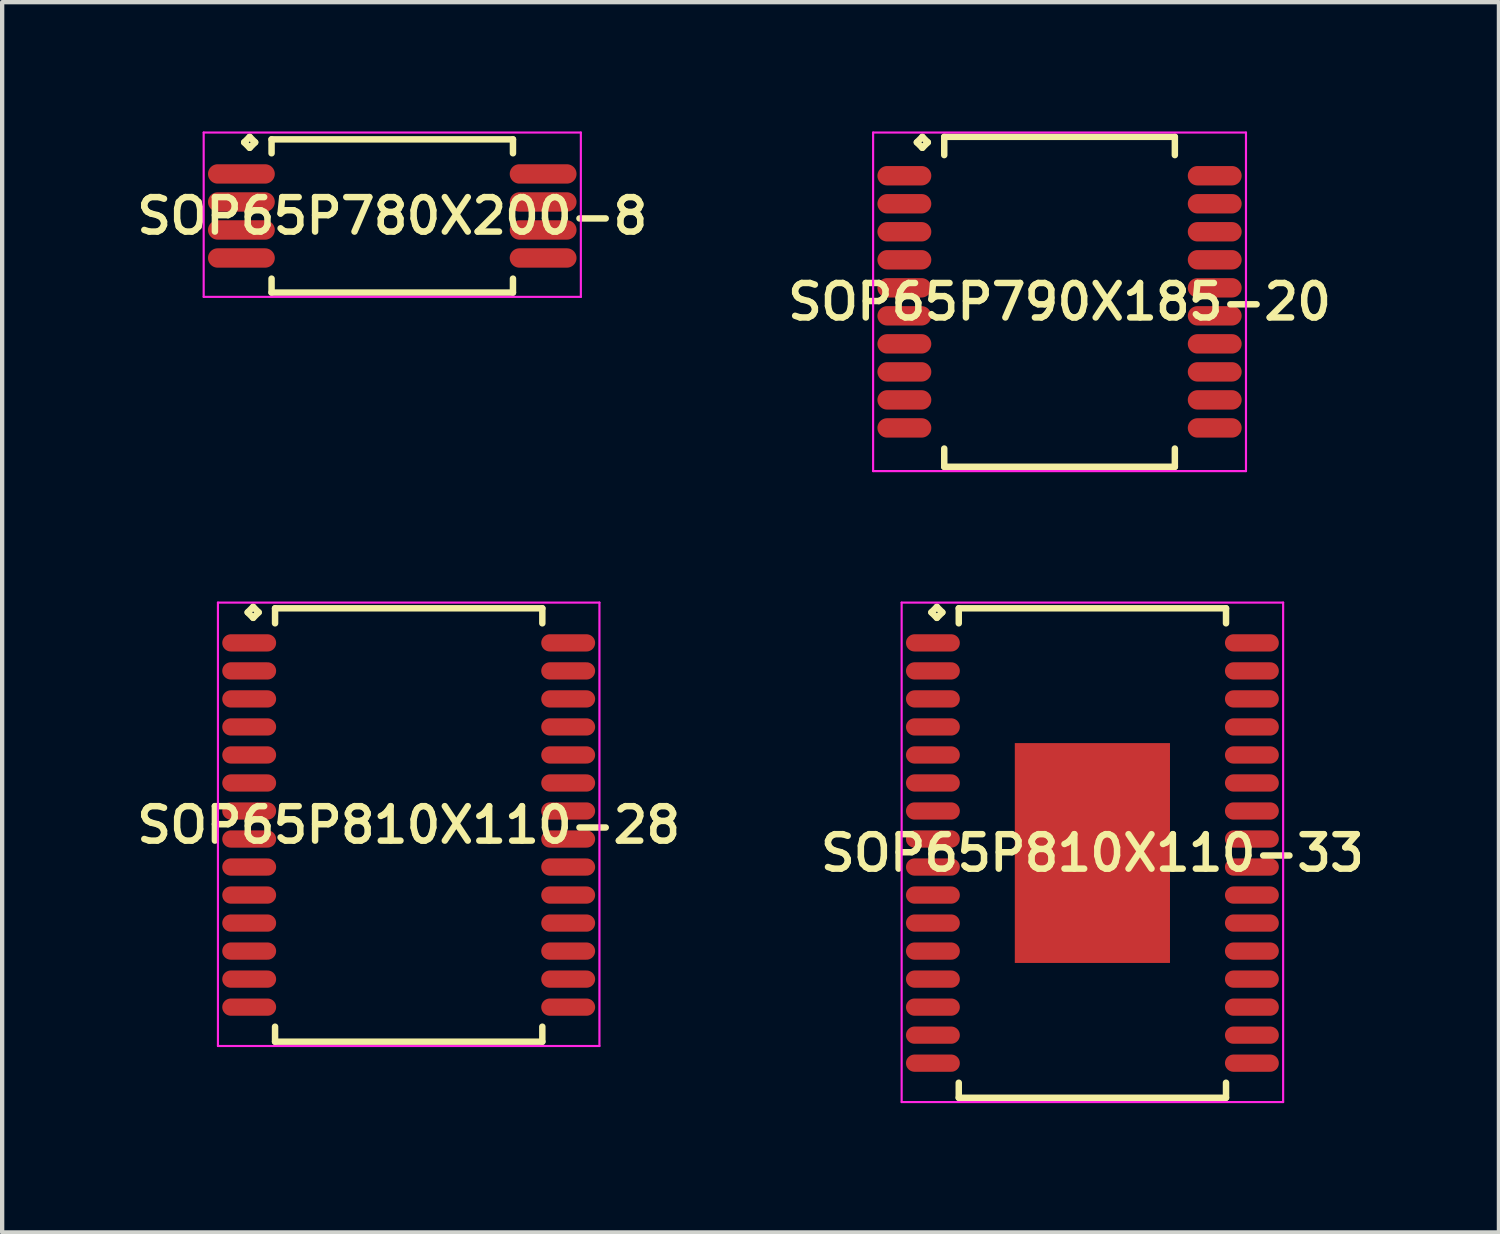
<source format=kicad_pcb>
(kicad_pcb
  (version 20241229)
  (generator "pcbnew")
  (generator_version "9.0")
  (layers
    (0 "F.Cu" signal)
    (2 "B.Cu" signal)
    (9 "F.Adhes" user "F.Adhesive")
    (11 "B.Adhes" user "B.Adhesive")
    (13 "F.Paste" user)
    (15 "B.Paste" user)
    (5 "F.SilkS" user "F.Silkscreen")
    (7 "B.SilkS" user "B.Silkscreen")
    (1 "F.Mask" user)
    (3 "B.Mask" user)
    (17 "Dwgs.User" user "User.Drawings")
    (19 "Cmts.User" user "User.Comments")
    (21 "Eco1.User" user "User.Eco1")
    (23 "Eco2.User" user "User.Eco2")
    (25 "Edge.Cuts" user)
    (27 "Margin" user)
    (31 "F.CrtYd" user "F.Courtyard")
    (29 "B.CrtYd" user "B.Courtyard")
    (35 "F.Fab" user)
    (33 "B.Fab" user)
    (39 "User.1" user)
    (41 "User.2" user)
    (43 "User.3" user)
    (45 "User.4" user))
  (footprint "SOP65P790X185-20"
    (layer "F.Cu")
    (at 21.53 3.952)
    (property "Reference" "SOP65P790X185-20" (at 0 0 0) (layer "F.SilkS") (effects (font (size 0.8 0.8) (thickness 0.15))))
    (attr smd)
    (fp_line (start -3.31 -3.7) (end -3.183 -3.827) (stroke (width 0.15) (type solid)) (layer "F.SilkS"))
    (fp_line (start -3.183 -3.827) (end -3.056 -3.7) (stroke (width 0.15) (type solid)) (layer "F.SilkS"))
    (fp_line (start -3.183 -3.573) (end -3.31 -3.7) (stroke (width 0.15) (type solid)) (layer "F.SilkS"))
    (fp_line (start -3.056 -3.7) (end -3.183 -3.573) (stroke (width 0.15) (type solid)) (layer "F.SilkS"))
    (fp_line (start -2.675 -3.827) (end 2.675 -3.827) (stroke (width 0.15) (type solid)) (layer "F.SilkS"))
    (fp_line (start -2.675 -3.404) (end -2.675 -3.827) (stroke (width 0.15) (type solid)) (layer "F.SilkS"))
    (fp_line (start -2.675 3.404) (end -2.675 3.827) (stroke (width 0.15) (type solid)) (layer "F.SilkS"))
    (fp_line (start -2.675 3.827) (end 2.675 3.827) (stroke (width 0.15) (type solid)) (layer "F.SilkS"))
    (fp_line (start 2.675 -3.827) (end 2.675 -3.404) (stroke (width 0.15) (type solid)) (layer "F.SilkS"))
    (fp_line (start 2.675 3.827) (end 2.675 3.404) (stroke (width 0.15) (type solid)) (layer "F.SilkS"))
    (fp_line (start -4.325 -3.927) (end 4.325 -3.927) (stroke (width 0.05) (type solid)) (layer "F.CrtYd"))
    (fp_line (start -4.325 3.927) (end -4.325 -3.927) (stroke (width 0.05) (type solid)) (layer "F.CrtYd"))
    (fp_line (start 4.325 -3.927) (end 4.325 3.927) (stroke (width 0.05) (type solid)) (layer "F.CrtYd"))
    (fp_line (start 4.325 3.927) (end -4.325 3.927) (stroke (width 0.05) (type solid)) (layer "F.CrtYd"))
    (pad "1" smd oval (at -3.6 -2.925) (size 1.25 0.45) (layers "F.Cu" "F.Mask" "F.Paste"))
    (pad "2" smd oval (at -3.6 -2.275) (size 1.25 0.45) (layers "F.Cu" "F.Mask" "F.Paste"))
    (pad "3" smd oval (at -3.6 -1.625) (size 1.25 0.45) (layers "F.Cu" "F.Mask" "F.Paste"))
    (pad "4" smd oval (at -3.6 -0.975) (size 1.25 0.45) (layers "F.Cu" "F.Mask" "F.Paste"))
    (pad "5" smd oval (at -3.6 -0.325) (size 1.25 0.45) (layers "F.Cu" "F.Mask" "F.Paste"))
    (pad "6" smd oval (at -3.6 0.325) (size 1.25 0.45) (layers "F.Cu" "F.Mask" "F.Paste"))
    (pad "7" smd oval (at -3.6 0.975) (size 1.25 0.45) (layers "F.Cu" "F.Mask" "F.Paste"))
    (pad "8" smd oval (at -3.6 1.625) (size 1.25 0.45) (layers "F.Cu" "F.Mask" "F.Paste"))
    (pad "9" smd oval (at -3.6 2.275) (size 1.25 0.45) (layers "F.Cu" "F.Mask" "F.Paste"))
    (pad "10" smd oval (at -3.6 2.925) (size 1.25 0.45) (layers "F.Cu" "F.Mask" "F.Paste"))
    (pad "11" smd oval (at 3.6 2.925) (size 1.25 0.45) (layers "F.Cu" "F.Mask" "F.Paste"))
    (pad "12" smd oval (at 3.6 2.275) (size 1.25 0.45) (layers "F.Cu" "F.Mask" "F.Paste"))
    (pad "13" smd oval (at 3.6 1.625) (size 1.25 0.45) (layers "F.Cu" "F.Mask" "F.Paste"))
    (pad "14" smd oval (at 3.6 0.975) (size 1.25 0.45) (layers "F.Cu" "F.Mask" "F.Paste"))
    (pad "15" smd oval (at 3.6 0.325) (size 1.25 0.45) (layers "F.Cu" "F.Mask" "F.Paste"))
    (pad "16" smd oval (at 3.6 -0.325) (size 1.25 0.45) (layers "F.Cu" "F.Mask" "F.Paste"))
    (pad "17" smd oval (at 3.6 -0.975) (size 1.25 0.45) (layers "F.Cu" "F.Mask" "F.Paste"))
    (pad "18" smd oval (at 3.6 -1.625) (size 1.25 0.45) (layers "F.Cu" "F.Mask" "F.Paste"))
    (pad "19" smd oval (at 3.6 -2.275) (size 1.25 0.45) (layers "F.Cu" "F.Mask" "F.Paste"))
    (pad "20" smd oval (at 3.6 -2.925) (size 1.25 0.45) (layers "F.Cu" "F.Mask" "F.Paste")))
  (footprint "SOP65P810X110-33"
    (layer "F.Cu")
    (at 22.292 16.739)
    (property "Reference" "SOP65P810X110-33" (at 0 0 0) (layer "F.SilkS") (effects (font (size 0.8 0.8) (thickness 0.15))))
    (attr smd)
    (fp_line (start -3.735 -5.583) (end -3.608 -5.71) (stroke (width 0.15) (type solid)) (layer "F.SilkS"))
    (fp_line (start -3.608 -5.71) (end -3.481 -5.583) (stroke (width 0.15) (type solid)) (layer "F.SilkS"))
    (fp_line (start -3.608 -5.456) (end -3.735 -5.583) (stroke (width 0.15) (type solid)) (layer "F.SilkS"))
    (fp_line (start -3.481 -5.583) (end -3.608 -5.456) (stroke (width 0.15) (type solid)) (layer "F.SilkS"))
    (fp_line (start -3.1 -5.677) (end 3.1 -5.677) (stroke (width 0.15) (type solid)) (layer "F.SilkS"))
    (fp_line (start -3.1 -5.329) (end -3.1 -5.677) (stroke (width 0.15) (type solid)) (layer "F.SilkS"))
    (fp_line (start -3.1 5.329) (end -3.1 5.677) (stroke (width 0.15) (type solid)) (layer "F.SilkS"))
    (fp_line (start -3.1 5.677) (end 3.1 5.677) (stroke (width 0.15) (type solid)) (layer "F.SilkS"))
    (fp_line (start 3.1 -5.677) (end 3.1 -5.329) (stroke (width 0.15) (type solid)) (layer "F.SilkS"))
    (fp_line (start 3.1 5.677) (end 3.1 5.329) (stroke (width 0.15) (type solid)) (layer "F.SilkS"))
    (fp_line (start -4.425 -5.81) (end 4.425 -5.81) (stroke (width 0.05) (type solid)) (layer "F.CrtYd"))
    (fp_line (start -4.425 5.777) (end -4.425 -5.81) (stroke (width 0.05) (type solid)) (layer "F.CrtYd"))
    (fp_line (start 4.425 -5.81) (end 4.425 5.777) (stroke (width 0.05) (type solid)) (layer "F.CrtYd"))
    (fp_line (start 4.425 5.777) (end -4.425 5.777) (stroke (width 0.05) (type solid)) (layer "F.CrtYd"))
    (pad "1" smd oval (at -3.7 -4.875) (size 1.25 0.4) (layers "F.Cu" "F.Mask" "F.Paste"))
    (pad "2" smd oval (at -3.7 -4.225) (size 1.25 0.4) (layers "F.Cu" "F.Mask" "F.Paste"))
    (pad "3" smd oval (at -3.7 -3.575) (size 1.25 0.4) (layers "F.Cu" "F.Mask" "F.Paste"))
    (pad "4" smd oval (at -3.7 -2.925) (size 1.25 0.4) (layers "F.Cu" "F.Mask" "F.Paste"))
    (pad "5" smd oval (at -3.7 -2.275) (size 1.25 0.4) (layers "F.Cu" "F.Mask" "F.Paste"))
    (pad "6" smd oval (at -3.7 -1.625) (size 1.25 0.4) (layers "F.Cu" "F.Mask" "F.Paste"))
    (pad "7" smd oval (at -3.7 -0.975) (size 1.25 0.4) (layers "F.Cu" "F.Mask" "F.Paste"))
    (pad "8" smd oval (at -3.7 -0.325) (size 1.25 0.4) (layers "F.Cu" "F.Mask" "F.Paste"))
    (pad "9" smd oval (at -3.7 0.325) (size 1.25 0.4) (layers "F.Cu" "F.Mask" "F.Paste"))
    (pad "10" smd oval (at -3.7 0.975) (size 1.25 0.4) (layers "F.Cu" "F.Mask" "F.Paste"))
    (pad "11" smd oval (at -3.7 1.625) (size 1.25 0.4) (layers "F.Cu" "F.Mask" "F.Paste"))
    (pad "12" smd oval (at -3.7 2.275) (size 1.25 0.4) (layers "F.Cu" "F.Mask" "F.Paste"))
    (pad "13" smd oval (at -3.7 2.925) (size 1.25 0.4) (layers "F.Cu" "F.Mask" "F.Paste"))
    (pad "14" smd oval (at -3.7 3.575) (size 1.25 0.4) (layers "F.Cu" "F.Mask" "F.Paste"))
    (pad "15" smd oval (at -3.7 4.225) (size 1.25 0.4) (layers "F.Cu" "F.Mask" "F.Paste"))
    (pad "16" smd oval (at -3.7 4.875) (size 1.25 0.4) (layers "F.Cu" "F.Mask" "F.Paste"))
    (pad "17" smd oval (at 3.7 4.875) (size 1.25 0.4) (layers "F.Cu" "F.Mask" "F.Paste"))
    (pad "18" smd oval (at 3.7 4.225) (size 1.25 0.4) (layers "F.Cu" "F.Mask" "F.Paste"))
    (pad "19" smd oval (at 3.7 3.575) (size 1.25 0.4) (layers "F.Cu" "F.Mask" "F.Paste"))
    (pad "20" smd oval (at 3.7 2.925) (size 1.25 0.4) (layers "F.Cu" "F.Mask" "F.Paste"))
    (pad "21" smd oval (at 3.7 2.275) (size 1.25 0.4) (layers "F.Cu" "F.Mask" "F.Paste"))
    (pad "22" smd oval (at 3.7 1.625) (size 1.25 0.4) (layers "F.Cu" "F.Mask" "F.Paste"))
    (pad "23" smd oval (at 3.7 0.975) (size 1.25 0.4) (layers "F.Cu" "F.Mask" "F.Paste"))
    (pad "24" smd oval (at 3.7 0.325) (size 1.25 0.4) (layers "F.Cu" "F.Mask" "F.Paste"))
    (pad "25" smd oval (at 3.7 -0.325) (size 1.25 0.4) (layers "F.Cu" "F.Mask" "F.Paste"))
    (pad "26" smd oval (at 3.7 -0.975) (size 1.25 0.4) (layers "F.Cu" "F.Mask" "F.Paste"))
    (pad "27" smd oval (at 3.7 -1.625) (size 1.25 0.4) (layers "F.Cu" "F.Mask" "F.Paste"))
    (pad "28" smd oval (at 3.7 -2.275) (size 1.25 0.4) (layers "F.Cu" "F.Mask" "F.Paste"))
    (pad "29" smd oval (at 3.7 -2.925) (size 1.25 0.4) (layers "F.Cu" "F.Mask" "F.Paste"))
    (pad "30" smd oval (at 3.7 -3.575) (size 1.25 0.4) (layers "F.Cu" "F.Mask" "F.Paste"))
    (pad "31" smd oval (at 3.7 -4.225) (size 1.25 0.4) (layers "F.Cu" "F.Mask" "F.Paste"))
    (pad "32" smd oval (at 3.7 -4.875) (size 1.25 0.4) (layers "F.Cu" "F.Mask" "F.Paste"))
    (pad "33" smd rect (at 0 0) (size 3.6 5.1) (layers "F.Cu" "F.Mask" "F.Paste")))
  (footprint "SOP65P780X200-8"
    (layer "F.Cu")
    (at 6.05 1.96)
    (property "Reference" "SOP65P780X200-8" (at 0 0 0) (layer "F.SilkS") (effects (font (size 0.8 0.8) (thickness 0.15))))
    (attr smd)
    (fp_line (start -3.435 -1.708) (end -3.308 -1.835) (stroke (width 0.15) (type solid)) (layer "F.SilkS"))
    (fp_line (start -3.308 -1.835) (end -3.181 -1.708) (stroke (width 0.15) (type solid)) (layer "F.SilkS"))
    (fp_line (start -3.308 -1.581) (end -3.435 -1.708) (stroke (width 0.15) (type solid)) (layer "F.SilkS"))
    (fp_line (start -3.181 -1.708) (end -3.308 -1.581) (stroke (width 0.15) (type solid)) (layer "F.SilkS"))
    (fp_line (start -2.8 -1.777) (end 2.8 -1.777) (stroke (width 0.15) (type solid)) (layer "F.SilkS"))
    (fp_line (start -2.8 -1.454) (end -2.8 -1.777) (stroke (width 0.15) (type solid)) (layer "F.SilkS"))
    (fp_line (start -2.8 1.454) (end -2.8 1.777) (stroke (width 0.15) (type solid)) (layer "F.SilkS"))
    (fp_line (start -2.8 1.777) (end 2.8 1.777) (stroke (width 0.15) (type solid)) (layer "F.SilkS"))
    (fp_line (start 2.8 -1.777) (end 2.8 -1.454) (stroke (width 0.15) (type solid)) (layer "F.SilkS"))
    (fp_line (start 2.8 1.777) (end 2.8 1.454) (stroke (width 0.15) (type solid)) (layer "F.SilkS"))
    (fp_line (start -4.375 -1.935) (end 4.375 -1.935) (stroke (width 0.05) (type solid)) (layer "F.CrtYd"))
    (fp_line (start -4.375 1.877) (end -4.375 -1.935) (stroke (width 0.05) (type solid)) (layer "F.CrtYd"))
    (fp_line (start 4.375 -1.935) (end 4.375 1.877) (stroke (width 0.05) (type solid)) (layer "F.CrtYd"))
    (fp_line (start 4.375 1.877) (end -4.375 1.877) (stroke (width 0.05) (type solid)) (layer "F.CrtYd"))
    (pad "1" smd oval (at -3.5 -0.975) (size 1.55 0.45) (layers "F.Cu" "F.Mask" "F.Paste"))
    (pad "2" smd oval (at -3.5 -0.325) (size 1.55 0.45) (layers "F.Cu" "F.Mask" "F.Paste"))
    (pad "3" smd oval (at -3.5 0.325) (size 1.55 0.45) (layers "F.Cu" "F.Mask" "F.Paste"))
    (pad "4" smd oval (at -3.5 0.975) (size 1.55 0.45) (layers "F.Cu" "F.Mask" "F.Paste"))
    (pad "5" smd oval (at 3.5 0.975) (size 1.55 0.45) (layers "F.Cu" "F.Mask" "F.Paste"))
    (pad "6" smd oval (at 3.5 0.325) (size 1.55 0.45) (layers "F.Cu" "F.Mask" "F.Paste"))
    (pad "7" smd oval (at 3.5 -0.325) (size 1.55 0.45) (layers "F.Cu" "F.Mask" "F.Paste"))
    (pad "8" smd oval (at 3.5 -0.975) (size 1.55 0.45) (layers "F.Cu" "F.Mask" "F.Paste")))
  (footprint "SOP65P810X110-28"
    (layer "F.Cu")
    (at 6.431 16.089)
    (property "Reference" "SOP65P810X110-28" (at 0 0 0) (layer "F.SilkS") (effects (font (size 0.8 0.8) (thickness 0.15))))
    (attr smd)
    (fp_line (start -3.735 -4.933) (end -3.608 -5.06) (stroke (width 0.15) (type solid)) (layer "F.SilkS"))
    (fp_line (start -3.608 -5.06) (end -3.481 -4.933) (stroke (width 0.15) (type solid)) (layer "F.SilkS"))
    (fp_line (start -3.608 -4.806) (end -3.735 -4.933) (stroke (width 0.15) (type solid)) (layer "F.SilkS"))
    (fp_line (start -3.481 -4.933) (end -3.608 -4.806) (stroke (width 0.15) (type solid)) (layer "F.SilkS"))
    (fp_line (start -3.1 -5.027) (end 3.1 -5.027) (stroke (width 0.15) (type solid)) (layer "F.SilkS"))
    (fp_line (start -3.1 -4.679) (end -3.1 -5.027) (stroke (width 0.15) (type solid)) (layer "F.SilkS"))
    (fp_line (start -3.1 4.679) (end -3.1 5.027) (stroke (width 0.15) (type solid)) (layer "F.SilkS"))
    (fp_line (start -3.1 5.027) (end 3.1 5.027) (stroke (width 0.15) (type solid)) (layer "F.SilkS"))
    (fp_line (start 3.1 -5.027) (end 3.1 -4.679) (stroke (width 0.15) (type solid)) (layer "F.SilkS"))
    (fp_line (start 3.1 5.027) (end 3.1 4.679) (stroke (width 0.15) (type solid)) (layer "F.SilkS"))
    (fp_line (start -4.425 -5.16) (end 4.425 -5.16) (stroke (width 0.05) (type solid)) (layer "F.CrtYd"))
    (fp_line (start -4.425 5.127) (end -4.425 -5.16) (stroke (width 0.05) (type solid)) (layer "F.CrtYd"))
    (fp_line (start 4.425 -5.16) (end 4.425 5.127) (stroke (width 0.05) (type solid)) (layer "F.CrtYd"))
    (fp_line (start 4.425 5.127) (end -4.425 5.127) (stroke (width 0.05) (type solid)) (layer "F.CrtYd"))
    (pad "1" smd oval (at -3.7 -4.225) (size 1.25 0.4) (layers "F.Cu" "F.Mask" "F.Paste"))
    (pad "2" smd oval (at -3.7 -3.575) (size 1.25 0.4) (layers "F.Cu" "F.Mask" "F.Paste"))
    (pad "3" smd oval (at -3.7 -2.925) (size 1.25 0.4) (layers "F.Cu" "F.Mask" "F.Paste"))
    (pad "4" smd oval (at -3.7 -2.275) (size 1.25 0.4) (layers "F.Cu" "F.Mask" "F.Paste"))
    (pad "5" smd oval (at -3.7 -1.625) (size 1.25 0.4) (layers "F.Cu" "F.Mask" "F.Paste"))
    (pad "6" smd oval (at -3.7 -0.975) (size 1.25 0.4) (layers "F.Cu" "F.Mask" "F.Paste"))
    (pad "7" smd oval (at -3.7 -0.325) (size 1.25 0.4) (layers "F.Cu" "F.Mask" "F.Paste"))
    (pad "8" smd oval (at -3.7 0.325) (size 1.25 0.4) (layers "F.Cu" "F.Mask" "F.Paste"))
    (pad "9" smd oval (at -3.7 0.975) (size 1.25 0.4) (layers "F.Cu" "F.Mask" "F.Paste"))
    (pad "10" smd oval (at -3.7 1.625) (size 1.25 0.4) (layers "F.Cu" "F.Mask" "F.Paste"))
    (pad "11" smd oval (at -3.7 2.275) (size 1.25 0.4) (layers "F.Cu" "F.Mask" "F.Paste"))
    (pad "12" smd oval (at -3.7 2.925) (size 1.25 0.4) (layers "F.Cu" "F.Mask" "F.Paste"))
    (pad "13" smd oval (at -3.7 3.575) (size 1.25 0.4) (layers "F.Cu" "F.Mask" "F.Paste"))
    (pad "14" smd oval (at -3.7 4.225) (size 1.25 0.4) (layers "F.Cu" "F.Mask" "F.Paste"))
    (pad "15" smd oval (at 3.7 4.225) (size 1.25 0.4) (layers "F.Cu" "F.Mask" "F.Paste"))
    (pad "16" smd oval (at 3.7 3.575) (size 1.25 0.4) (layers "F.Cu" "F.Mask" "F.Paste"))
    (pad "17" smd oval (at 3.7 2.925) (size 1.25 0.4) (layers "F.Cu" "F.Mask" "F.Paste"))
    (pad "18" smd oval (at 3.7 2.275) (size 1.25 0.4) (layers "F.Cu" "F.Mask" "F.Paste"))
    (pad "19" smd oval (at 3.7 1.625) (size 1.25 0.4) (layers "F.Cu" "F.Mask" "F.Paste"))
    (pad "20" smd oval (at 3.7 0.975) (size 1.25 0.4) (layers "F.Cu" "F.Mask" "F.Paste"))
    (pad "21" smd oval (at 3.7 0.325) (size 1.25 0.4) (layers "F.Cu" "F.Mask" "F.Paste"))
    (pad "22" smd oval (at 3.7 -0.325) (size 1.25 0.4) (layers "F.Cu" "F.Mask" "F.Paste"))
    (pad "23" smd oval (at 3.7 -0.975) (size 1.25 0.4) (layers "F.Cu" "F.Mask" "F.Paste"))
    (pad "24" smd oval (at 3.7 -1.625) (size 1.25 0.4) (layers "F.Cu" "F.Mask" "F.Paste"))
    (pad "25" smd oval (at 3.7 -2.275) (size 1.25 0.4) (layers "F.Cu" "F.Mask" "F.Paste"))
    (pad "26" smd oval (at 3.7 -2.925) (size 1.25 0.4) (layers "F.Cu" "F.Mask" "F.Paste"))
    (pad "27" smd oval (at 3.7 -3.575) (size 1.25 0.4) (layers "F.Cu" "F.Mask" "F.Paste"))
    (pad "28" smd oval (at 3.7 -4.225) (size 1.25 0.4) (layers "F.Cu" "F.Mask" "F.Paste")))
  (gr_rect
    (start -3 -3)
    (end 31.723 25.541)
    (stroke (width 0.1) (type default))
    (fill no)
    (layer "Edge.Cuts")))
</source>
